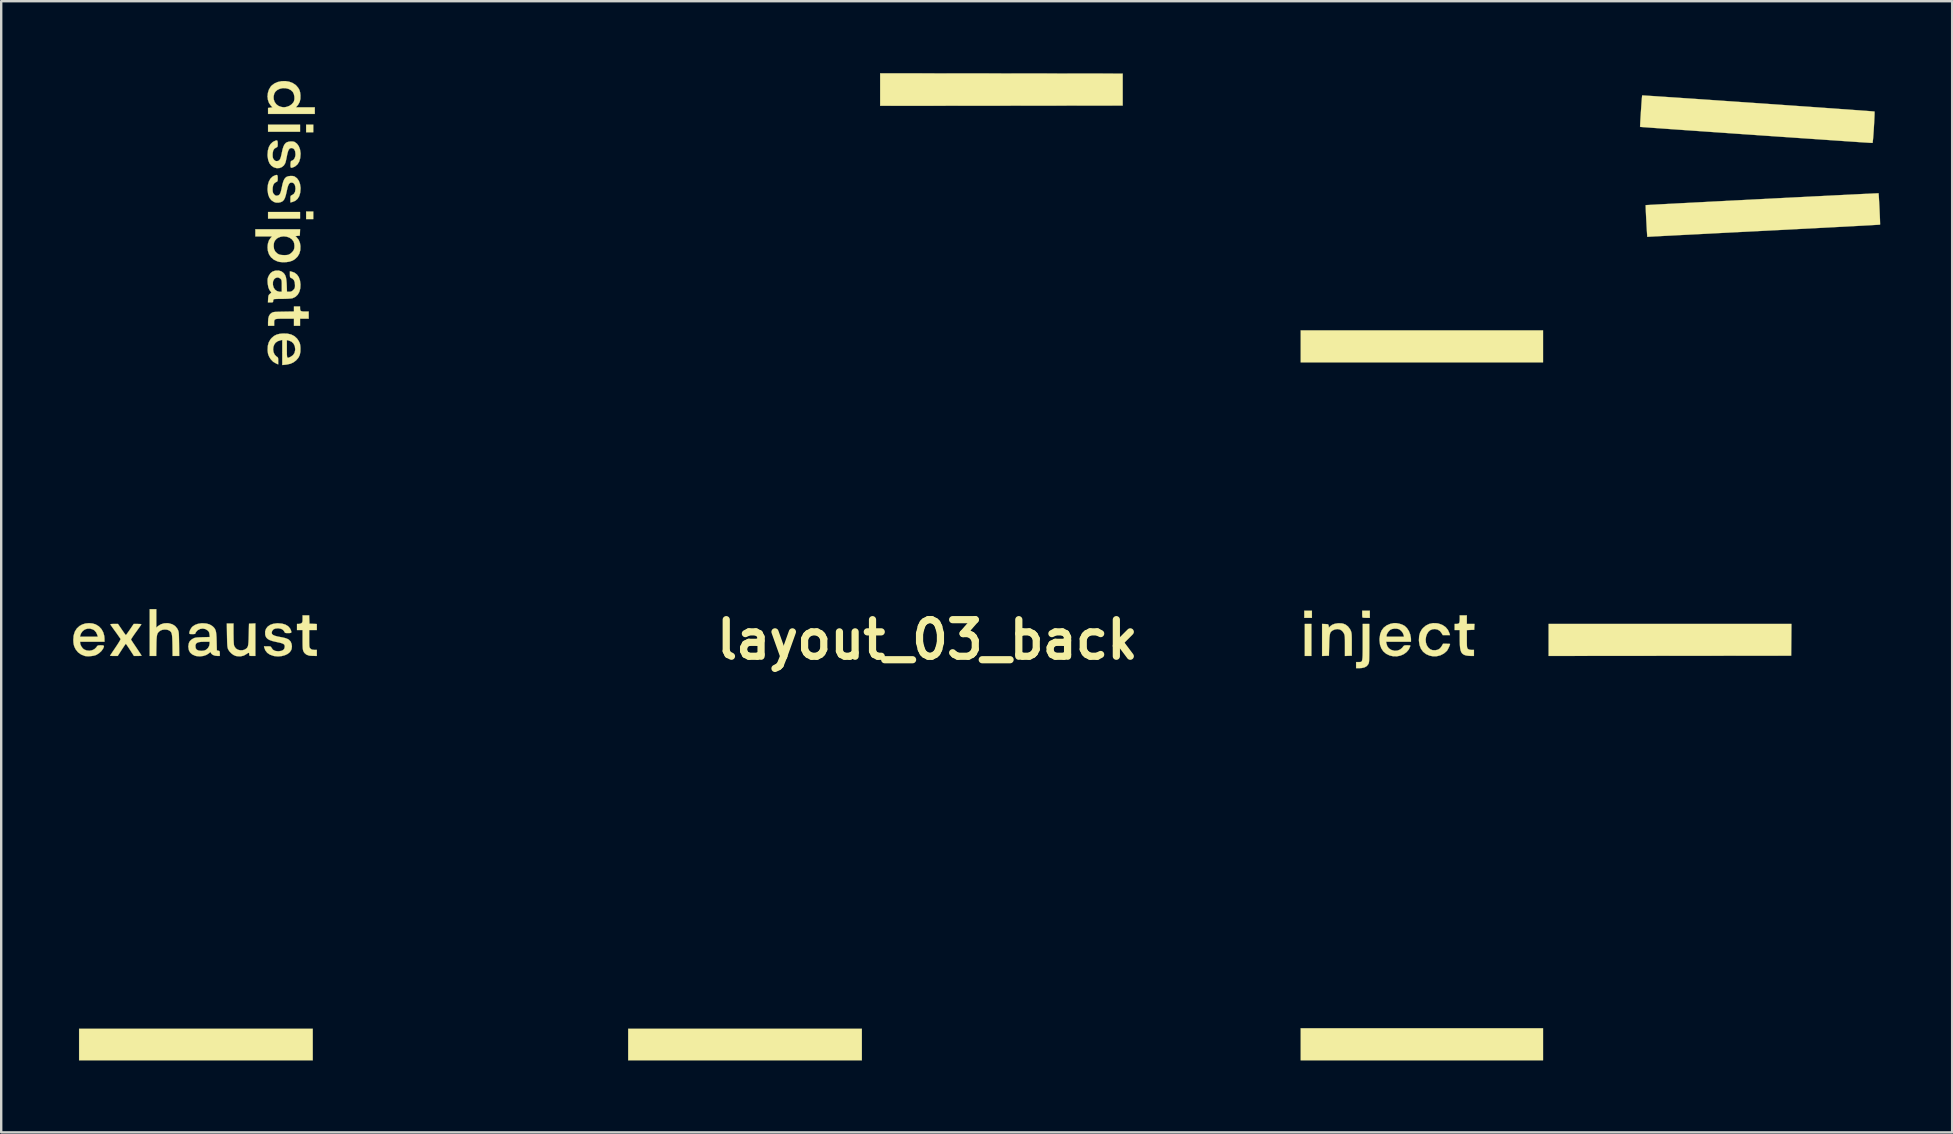
<source format=kicad_pcb>
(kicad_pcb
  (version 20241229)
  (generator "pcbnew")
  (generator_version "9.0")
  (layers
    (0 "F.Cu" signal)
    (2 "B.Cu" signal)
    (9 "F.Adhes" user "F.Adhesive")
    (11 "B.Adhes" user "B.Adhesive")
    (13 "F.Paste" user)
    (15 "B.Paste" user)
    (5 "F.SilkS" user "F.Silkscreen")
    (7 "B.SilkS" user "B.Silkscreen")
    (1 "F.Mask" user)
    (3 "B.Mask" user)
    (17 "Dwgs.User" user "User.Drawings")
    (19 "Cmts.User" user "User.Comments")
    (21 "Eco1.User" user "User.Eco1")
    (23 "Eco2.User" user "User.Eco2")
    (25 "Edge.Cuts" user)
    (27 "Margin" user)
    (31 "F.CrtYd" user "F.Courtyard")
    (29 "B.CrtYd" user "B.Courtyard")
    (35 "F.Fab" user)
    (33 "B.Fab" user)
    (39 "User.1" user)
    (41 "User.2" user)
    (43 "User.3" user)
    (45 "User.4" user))
  (footprint "layout_03_back"
    (layer "F.Cu")
    (at 35.594 23.606)
    (property "Reference" "layout_03_back" (at 0 0 0) (layer "F.SilkS") (effects (font (size 1.524 1.524) (thickness 0.3))))
    (attr through_hole)
    (fp_poly (pts (xy -26.141 -21.167) (xy -27.474 -21.167) (xy -27.474 -21.463) (xy -26.141 -21.463) (xy -26.141 -21.167)) (stroke (width 0.01) (type solid)) (fill yes) (layer "F.SilkS"))
    (fp_poly (pts (xy -26.141 -17.547) (xy -27.474 -17.547) (xy -27.474 -17.822) (xy -26.141 -17.822) (xy -26.141 -17.547)) (stroke (width 0.01) (type solid)) (fill yes) (layer "F.SilkS"))
    (fp_poly (pts (xy -25.612 17.526) (xy -35.348 17.526) (xy -35.348 16.214) (xy -25.612 16.214) (xy -25.612 17.526)) (stroke (width 0.01) (type solid)) (fill yes) (layer "F.SilkS"))
    (fp_poly (pts (xy -25.59 -21.145) (xy -25.887 -21.145) (xy -25.887 -21.463) (xy -25.59 -21.463) (xy -25.59 -21.145)) (stroke (width 0.01) (type solid)) (fill yes) (layer "F.SilkS"))
    (fp_poly (pts (xy -25.59 -17.526) (xy -25.887 -17.526) (xy -25.887 -17.843) (xy -25.59 -17.843) (xy -25.59 -17.526)) (stroke (width 0.01) (type solid)) (fill yes) (layer "F.SilkS"))
    (fp_poly (pts (xy -2.731 17.526) (xy -12.467 17.526) (xy -12.467 16.214) (xy -2.731 16.214) (xy -2.731 17.526)) (stroke (width 0.01) (type solid)) (fill yes) (layer "F.SilkS"))
    (fp_poly (pts (xy 16.002 0.677) (xy 15.727 0.677) (xy 15.727 -0.656) (xy 16.002 -0.656) (xy 16.002 0.677)) (stroke (width 0.01) (type solid)) (fill yes) (layer "F.SilkS"))
    (fp_poly (pts (xy 16.023 -0.91) (xy 15.706 -0.91) (xy 15.706 -1.206) (xy 16.023 -1.206) (xy 16.023 -0.91)) (stroke (width 0.01) (type solid)) (fill yes) (layer "F.SilkS"))
    (fp_poly (pts (xy 25.654 -11.557) (xy 15.557 -11.557) (xy 15.557 -12.89) (xy 25.654 -12.89) (xy 25.654 -11.557)) (stroke (width 0.01) (type solid)) (fill yes) (layer "F.SilkS"))
    (fp_poly (pts (xy 25.654 17.526) (xy 15.557 17.526) (xy 15.557 16.192) (xy 25.654 16.192) (xy 25.654 17.526)) (stroke (width 0.01) (type solid)) (fill yes) (layer "F.SilkS"))
    (fp_poly (pts (xy 3.085 -23.596) (xy 8.139 -23.59) (xy 8.139 -22.257) (xy 3.085 -22.251) (xy -1.968 -22.246) (xy -1.968 -23.601) (xy 3.085 -23.596)) (stroke (width 0.01) (type solid)) (fill yes) (layer "F.SilkS"))
    (fp_poly (pts (xy 36 0.005) (xy 35.994 0.667) (xy 30.94 0.672) (xy 25.887 0.677) (xy 25.887 -0.656) (xy 36.005 -0.656) (xy 36 0.005)) (stroke (width 0.01) (type solid)) (fill yes) (layer "F.SilkS"))
    (fp_poly (pts (xy 18.436 -0.91) (xy 18.292 -0.91) (xy 18.217 -0.912) (xy 18.16 -0.917) (xy 18.133 -0.924) (xy 18.133 -0.924) (xy 18.125 -0.951) (xy 18.12 -1.008) (xy 18.119 -1.072) (xy 18.119 -1.206) (xy 18.436 -1.206) (xy 18.436 -0.91)) (stroke (width 0.01) (type solid)) (fill yes) (layer "F.SilkS"))
    (fp_poly (pts (xy 18.415 0.143) (xy 18.415 0.35) (xy 18.414 0.518) (xy 18.413 0.653) (xy 18.411 0.759) (xy 18.409 0.84) (xy 18.405 0.9) (xy 18.399 0.944) (xy 18.392 0.976) (xy 18.384 1) (xy 18.376 1.016) (xy 18.311 1.099) (xy 18.218 1.154) (xy 18.096 1.181) (xy 18.018 1.185) (xy 17.865 1.185) (xy 17.865 0.931) (xy 17.967 0.931) (xy 18.011 0.931) (xy 18.046 0.929) (xy 18.074 0.921) (xy 18.096 0.902) (xy 18.113 0.869) (xy 18.124 0.819) (xy 18.132 0.746) (xy 18.137 0.648) (xy 18.139 0.521) (xy 18.14 0.359) (xy 18.14 0.161) (xy 18.14 0.099) (xy 18.14 -0.656) (xy 18.415 -0.656) (xy 18.415 0.143)) (stroke (width 0.01) (type solid)) (fill yes) (layer "F.SilkS"))
    (fp_poly (pts (xy -26.141 -13.805) (xy -26.136 -13.744) (xy -26.116 -13.705) (xy -26.073 -13.684) (xy -26 -13.675) (xy -25.936 -13.674) (xy -25.781 -13.674) (xy -25.781 -13.377) (xy -26.141 -13.377) (xy -26.141 -13.081) (xy -26.395 -13.081) (xy -26.395 -13.377) (xy -26.774 -13.377) (xy -26.922 -13.377) (xy -27.033 -13.374) (xy -27.113 -13.367) (xy -27.166 -13.354) (xy -27.198 -13.331) (xy -27.214 -13.298) (xy -27.22 -13.251) (xy -27.22 -13.196) (xy -27.22 -13.081) (xy -27.474 -13.081) (xy -27.474 -13.239) (xy -27.465 -13.381) (xy -27.436 -13.489) (xy -27.386 -13.568) (xy -27.329 -13.615) (xy -27.301 -13.631) (xy -27.27 -13.644) (xy -27.232 -13.653) (xy -27.178 -13.659) (xy -27.104 -13.663) (xy -27.001 -13.667) (xy -26.865 -13.669) (xy -26.823 -13.67) (xy -26.395 -13.677) (xy -26.395 -13.885) (xy -26.141 -13.885) (xy -26.141 -13.805)) (stroke (width 0.01) (type solid)) (fill yes) (layer "F.SilkS"))
    (fp_poly (pts (xy 22.479 -0.656) (xy 22.799 -0.656) (xy 22.792 -0.534) (xy 22.786 -0.413) (xy 22.632 -0.407) (xy 22.479 -0.4) (xy 22.479 -0.031) (xy 22.479 0.104) (xy 22.481 0.202) (xy 22.484 0.272) (xy 22.49 0.318) (xy 22.499 0.349) (xy 22.511 0.37) (xy 22.521 0.381) (xy 22.567 0.41) (xy 22.636 0.422) (xy 22.669 0.423) (xy 22.775 0.423) (xy 22.775 0.677) (xy 22.632 0.676) (xy 22.543 0.671) (xy 22.457 0.659) (xy 22.405 0.646) (xy 22.339 0.616) (xy 22.287 0.576) (xy 22.247 0.52) (xy 22.219 0.444) (xy 22.199 0.343) (xy 22.188 0.212) (xy 22.183 0.046) (xy 22.183 -0.054) (xy 22.183 -0.402) (xy 21.971 -0.402) (xy 21.971 -0.656) (xy 22.036 -0.656) (xy 22.104 -0.661) (xy 22.148 -0.681) (xy 22.172 -0.724) (xy 22.181 -0.796) (xy 22.183 -0.858) (xy 22.183 -1.016) (xy 22.479 -1.016) (xy 22.479 -0.656)) (stroke (width 0.01) (type solid)) (fill yes) (layer "F.SilkS"))
    (fp_poly (pts (xy -25.749 -0.667) (xy -25.596 -0.661) (xy -25.442 -0.654) (xy -25.442 -0.402) (xy -25.76 -0.402) (xy -25.76 -0.041) (xy -25.76 0.09) (xy -25.758 0.186) (xy -25.756 0.253) (xy -25.75 0.299) (xy -25.741 0.329) (xy -25.727 0.351) (xy -25.708 0.371) (xy -25.708 0.371) (xy -25.664 0.405) (xy -25.609 0.42) (xy -25.549 0.423) (xy -25.442 0.423) (xy -25.442 0.677) (xy -25.585 0.675) (xy -25.665 0.672) (xy -25.733 0.667) (xy -25.77 0.662) (xy -25.88 0.62) (xy -25.958 0.554) (xy -25.992 0.499) (xy -26.007 0.464) (xy -26.018 0.426) (xy -26.026 0.379) (xy -26.031 0.315) (xy -26.034 0.227) (xy -26.035 0.108) (xy -26.035 0.004) (xy -26.035 -0.402) (xy -26.268 -0.402) (xy -26.268 -0.656) (xy -26.198 -0.656) (xy -26.134 -0.666) (xy -26.082 -0.689) (xy -26.057 -0.712) (xy -26.042 -0.745) (xy -26.036 -0.798) (xy -26.035 -0.869) (xy -26.035 -1.016) (xy -25.762 -1.016) (xy -25.749 -0.667)) (stroke (width 0.01) (type solid)) (fill yes) (layer "F.SilkS"))
    (fp_poly (pts (xy -32.131 -0.504) (xy -32.057 -0.569) (xy -31.943 -0.641) (xy -31.809 -0.682) (xy -31.662 -0.689) (xy -31.603 -0.682) (xy -31.461 -0.641) (xy -31.349 -0.572) (xy -31.264 -0.472) (xy -31.243 -0.434) (xy -31.226 -0.4) (xy -31.213 -0.367) (xy -31.203 -0.33) (xy -31.196 -0.283) (xy -31.191 -0.219) (xy -31.188 -0.132) (xy -31.185 -0.017) (xy -31.183 0.133) (xy -31.182 0.174) (xy -31.176 0.677) (xy -31.451 0.677) (xy -31.457 0.228) (xy -31.461 0.061) (xy -31.466 -0.068) (xy -31.474 -0.166) (xy -31.486 -0.239) (xy -31.504 -0.293) (xy -31.529 -0.332) (xy -31.562 -0.362) (xy -31.603 -0.389) (xy -31.685 -0.417) (xy -31.784 -0.424) (xy -31.883 -0.41) (xy -31.963 -0.376) (xy -32.012 -0.34) (xy -32.05 -0.302) (xy -32.078 -0.258) (xy -32.098 -0.2) (xy -32.111 -0.123) (xy -32.12 -0.02) (xy -32.125 0.114) (xy -32.127 0.249) (xy -32.134 0.677) (xy -32.406 0.677) (xy -32.406 -1.27) (xy -32.131 -1.27) (xy -32.131 -0.504)) (stroke (width 0.01) (type solid)) (fill yes) (layer "F.SilkS"))
    (fp_poly (pts (xy -28.003 0.677) (xy -28.131 0.677) (xy -28.201 0.676) (xy -28.239 0.671) (xy -28.254 0.655) (xy -28.257 0.625) (xy -28.258 0.617) (xy -28.262 0.564) (xy -28.281 0.546) (xy -28.318 0.56) (xy -28.361 0.591) (xy -28.485 0.663) (xy -28.621 0.695) (xy -28.771 0.687) (xy -28.833 0.673) (xy -28.917 0.635) (xy -29.004 0.57) (xy -29.081 0.489) (xy -29.135 0.405) (xy -29.138 0.397) (xy -29.151 0.362) (xy -29.161 0.319) (xy -29.169 0.264) (xy -29.174 0.189) (xy -29.179 0.088) (xy -29.182 -0.043) (xy -29.185 -0.185) (xy -29.192 -0.677) (xy -28.914 -0.677) (xy -28.914 -0.259) (xy -28.912 -0.125) (xy -28.91 -0.001) (xy -28.905 0.105) (xy -28.899 0.186) (xy -28.893 0.233) (xy -28.893 0.234) (xy -28.863 0.299) (xy -28.816 0.362) (xy -28.808 0.37) (xy -28.731 0.418) (xy -28.633 0.442) (xy -28.532 0.439) (xy -28.443 0.41) (xy -28.433 0.404) (xy -28.389 0.375) (xy -28.355 0.345) (xy -28.329 0.308) (xy -28.311 0.26) (xy -28.298 0.193) (xy -28.29 0.103) (xy -28.284 -0.016) (xy -28.28 -0.171) (xy -28.279 -0.211) (xy -28.268 -0.667) (xy -28.003 -0.679) (xy -28.003 0.677)) (stroke (width 0.01) (type solid)) (fill yes) (layer "F.SilkS"))
    (fp_poly (pts (xy 17.25 -0.682) (xy 17.317 -0.671) (xy 17.428 -0.628) (xy 17.528 -0.55) (xy 17.608 -0.444) (xy 17.628 -0.406) (xy 17.647 -0.366) (xy 17.66 -0.33) (xy 17.67 -0.291) (xy 17.677 -0.243) (xy 17.681 -0.18) (xy 17.684 -0.094) (xy 17.685 0.02) (xy 17.685 0.169) (xy 17.685 0.191) (xy 17.685 0.667) (xy 17.542 0.673) (xy 17.399 0.679) (xy 17.399 0.249) (xy 17.399 0.102) (xy 17.398 -0.009) (xy 17.395 -0.091) (xy 17.39 -0.151) (xy 17.382 -0.196) (xy 17.371 -0.231) (xy 17.356 -0.265) (xy 17.351 -0.274) (xy 17.284 -0.366) (xy 17.195 -0.422) (xy 17.091 -0.443) (xy 16.978 -0.425) (xy 16.924 -0.403) (xy 16.872 -0.375) (xy 16.832 -0.345) (xy 16.802 -0.307) (xy 16.78 -0.255) (xy 16.765 -0.183) (xy 16.755 -0.087) (xy 16.748 0.04) (xy 16.743 0.203) (xy 16.743 0.222) (xy 16.732 0.667) (xy 16.589 0.673) (xy 16.447 0.679) (xy 16.447 -0.658) (xy 16.579 -0.652) (xy 16.651 -0.648) (xy 16.691 -0.64) (xy 16.711 -0.622) (xy 16.719 -0.59) (xy 16.722 -0.575) (xy 16.732 -0.504) (xy 16.783 -0.558) (xy 16.867 -0.621) (xy 16.98 -0.664) (xy 17.111 -0.685) (xy 17.25 -0.682)) (stroke (width 0.01) (type solid)) (fill yes) (layer "F.SilkS"))
    (fp_poly (pts (xy -26.602 -23.254) (xy -26.459 -23.203) (xy -26.335 -23.124) (xy -26.296 -23.088) (xy -26.217 -22.995) (xy -26.166 -22.905) (xy -26.137 -22.803) (xy -26.124 -22.685) (xy -26.127 -22.533) (xy -26.157 -22.407) (xy -26.218 -22.297) (xy -26.251 -22.255) (xy -26.315 -22.183) (xy -25.527 -22.183) (xy -25.527 -21.907) (xy -27.474 -21.907) (xy -27.474 -22.157) (xy -27.291 -22.184) (xy -27.36 -22.257) (xy -27.435 -22.366) (xy -27.48 -22.496) (xy -27.496 -22.637) (xy -27.496 -22.638) (xy -27.244 -22.638) (xy -27.238 -22.517) (xy -27.198 -22.405) (xy -27.129 -22.311) (xy -27.033 -22.24) (xy -26.926 -22.202) (xy -26.859 -22.19) (xy -26.812 -22.186) (xy -26.764 -22.191) (xy -26.695 -22.205) (xy -26.69 -22.206) (xy -26.585 -22.245) (xy -26.49 -22.311) (xy -26.418 -22.393) (xy -26.395 -22.437) (xy -26.375 -22.526) (xy -26.377 -22.631) (xy -26.399 -22.734) (xy -26.438 -22.817) (xy -26.442 -22.823) (xy -26.527 -22.903) (xy -26.631 -22.955) (xy -26.747 -22.981) (xy -26.868 -22.982) (xy -26.983 -22.957) (xy -27.086 -22.908) (xy -27.168 -22.835) (xy -27.213 -22.761) (xy -27.244 -22.638) (xy -27.496 -22.638) (xy -27.482 -22.78) (xy -27.44 -22.918) (xy -27.369 -23.04) (xy -27.325 -23.091) (xy -27.208 -23.179) (xy -27.069 -23.24) (xy -26.916 -23.272) (xy -26.758 -23.277) (xy -26.602 -23.254)) (stroke (width 0.01) (type solid)) (fill yes) (layer "F.SilkS"))
    (fp_poly (pts (xy -26.145 -16.97) (xy -26.151 -16.838) (xy -26.243 -16.828) (xy -26.335 -16.817) (xy -26.278 -16.764) (xy -26.197 -16.659) (xy -26.144 -16.527) (xy -26.125 -16.403) (xy -26.13 -16.233) (xy -26.172 -16.083) (xy -26.25 -15.956) (xy -26.361 -15.852) (xy -26.453 -15.797) (xy -26.571 -15.756) (xy -26.712 -15.733) (xy -26.86 -15.728) (xy -27 -15.742) (xy -27.086 -15.765) (xy -27.236 -15.837) (xy -27.352 -15.936) (xy -27.435 -16.06) (xy -27.483 -16.208) (xy -27.495 -16.35) (xy -27.49 -16.411) (xy -27.241 -16.411) (xy -27.225 -16.281) (xy -27.175 -16.177) (xy -27.09 -16.095) (xy -27.019 -16.055) (xy -26.956 -16.037) (xy -26.867 -16.027) (xy -26.769 -16.025) (xy -26.678 -16.031) (xy -26.613 -16.046) (xy -26.537 -16.09) (xy -26.462 -16.158) (xy -26.406 -16.235) (xy -26.404 -16.239) (xy -26.38 -16.316) (xy -26.374 -16.413) (xy -26.385 -16.512) (xy -26.412 -16.594) (xy -26.413 -16.595) (xy -26.484 -16.686) (xy -26.581 -16.752) (xy -26.696 -16.793) (xy -26.82 -16.807) (xy -26.943 -16.792) (xy -27.057 -16.748) (xy -27.116 -16.707) (xy -27.187 -16.63) (xy -27.227 -16.54) (xy -27.241 -16.427) (xy -27.241 -16.411) (xy -27.49 -16.411) (xy -27.48 -16.505) (xy -27.436 -16.639) (xy -27.369 -16.739) (xy -27.307 -16.806) (xy -28.003 -16.806) (xy -28.003 -17.103) (xy -26.139 -17.103) (xy -26.145 -16.97)) (stroke (width 0.01) (type solid)) (fill yes) (layer "F.SilkS"))
    (fp_poly (pts (xy 21.232 -0.685) (xy 21.31 -0.67) (xy 21.468 -0.611) (xy 21.596 -0.523) (xy 21.692 -0.407) (xy 21.757 -0.263) (xy 21.76 -0.251) (xy 21.778 -0.191) (xy 21.626 -0.191) (xy 21.474 -0.191) (xy 21.431 -0.268) (xy 21.358 -0.362) (xy 21.263 -0.421) (xy 21.149 -0.444) (xy 21.051 -0.435) (xy 20.956 -0.398) (xy 20.877 -0.328) (xy 20.818 -0.234) (xy 20.78 -0.124) (xy 20.764 -0.006) (xy 20.773 0.114) (xy 20.808 0.227) (xy 20.871 0.326) (xy 20.871 0.326) (xy 20.955 0.399) (xy 21.049 0.436) (xy 21.163 0.44) (xy 21.168 0.44) (xy 21.277 0.415) (xy 21.361 0.361) (xy 21.43 0.271) (xy 21.438 0.257) (xy 21.487 0.169) (xy 21.634 0.169) (xy 21.707 0.171) (xy 21.759 0.174) (xy 21.78 0.179) (xy 21.78 0.179) (xy 21.771 0.218) (xy 21.747 0.28) (xy 21.715 0.35) (xy 21.681 0.415) (xy 21.652 0.461) (xy 21.648 0.466) (xy 21.523 0.576) (xy 21.378 0.651) (xy 21.219 0.69) (xy 21.053 0.69) (xy 20.923 0.663) (xy 20.776 0.598) (xy 20.656 0.503) (xy 20.567 0.379) (xy 20.509 0.228) (xy 20.483 0.052) (xy 20.482 0.011) (xy 20.492 -0.154) (xy 20.528 -0.292) (xy 20.593 -0.413) (xy 20.649 -0.483) (xy 20.77 -0.587) (xy 20.911 -0.657) (xy 21.068 -0.69) (xy 21.232 -0.685)) (stroke (width 0.01) (type solid)) (fill yes) (layer "F.SilkS"))
    (fp_poly (pts (xy -34.786 -0.676) (xy -34.655 -0.636) (xy -34.524 -0.556) (xy -34.419 -0.446) (xy -34.343 -0.311) (xy -34.299 -0.156) (xy -34.29 -0.04) (xy -34.29 0.085) (xy -35.306 0.085) (xy -35.306 0.131) (xy -35.291 0.203) (xy -35.252 0.284) (xy -35.198 0.357) (xy -35.147 0.402) (xy -35.04 0.447) (xy -34.924 0.46) (xy -34.811 0.442) (xy -34.711 0.395) (xy -34.633 0.321) (xy -34.625 0.309) (xy -34.596 0.268) (xy -34.567 0.245) (xy -34.526 0.235) (xy -34.459 0.233) (xy -34.443 0.233) (xy -34.363 0.236) (xy -34.321 0.25) (xy -34.312 0.282) (xy -34.332 0.338) (xy -34.352 0.379) (xy -34.42 0.475) (xy -34.517 0.563) (xy -34.629 0.633) (xy -34.645 0.64) (xy -34.727 0.665) (xy -34.831 0.682) (xy -34.942 0.691) (xy -35.043 0.689) (xy -35.105 0.68) (xy -35.263 0.618) (xy -35.392 0.525) (xy -35.49 0.404) (xy -35.542 0.3) (xy -35.57 0.212) (xy -35.584 0.117) (xy -35.589 0) (xy -35.578 -0.127) (xy -35.311 -0.127) (xy -34.568 -0.127) (xy -34.586 -0.19) (xy -34.638 -0.307) (xy -34.716 -0.392) (xy -34.767 -0.424) (xy -34.886 -0.461) (xy -35.003 -0.46) (xy -35.11 -0.424) (xy -35.201 -0.357) (xy -35.268 -0.262) (xy -35.296 -0.185) (xy -35.311 -0.127) (xy -35.578 -0.127) (xy -35.573 -0.183) (xy -35.525 -0.338) (xy -35.444 -0.467) (xy -35.33 -0.571) (xy -35.221 -0.632) (xy -35.087 -0.675) (xy -34.937 -0.689) (xy -34.786 -0.676)) (stroke (width 0.01) (type solid)) (fill yes) (layer "F.SilkS"))
    (fp_poly (pts (xy 19.66 -0.669) (xy 19.78 -0.631) (xy 19.88 -0.579) (xy 19.886 -0.576) (xy 19.985 -0.482) (xy 20.065 -0.359) (xy 20.121 -0.216) (xy 20.149 -0.061) (xy 20.151 -0.006) (xy 20.151 0.085) (xy 19.115 0.085) (xy 19.128 0.153) (xy 19.164 0.27) (xy 19.228 0.357) (xy 19.324 0.421) (xy 19.352 0.433) (xy 19.469 0.462) (xy 19.586 0.454) (xy 19.695 0.412) (xy 19.784 0.34) (xy 19.809 0.307) (xy 19.839 0.267) (xy 19.868 0.245) (xy 19.908 0.235) (xy 19.975 0.233) (xy 19.996 0.233) (xy 20.069 0.234) (xy 20.109 0.238) (xy 20.123 0.25) (xy 20.12 0.273) (xy 20.118 0.28) (xy 20.059 0.41) (xy 19.967 0.518) (xy 19.85 0.604) (xy 19.714 0.663) (xy 19.565 0.693) (xy 19.41 0.691) (xy 19.265 0.658) (xy 19.117 0.587) (xy 19 0.487) (xy 18.915 0.36) (xy 18.861 0.207) (xy 18.841 0.029) (xy 18.842 -0.053) (xy 18.861 -0.177) (xy 19.135 -0.177) (xy 19.135 -0.127) (xy 19.86 -0.127) (xy 19.846 -0.194) (xy 19.81 -0.283) (xy 19.747 -0.366) (xy 19.668 -0.428) (xy 19.646 -0.438) (xy 19.559 -0.459) (xy 19.458 -0.461) (xy 19.362 -0.444) (xy 19.288 -0.41) (xy 19.287 -0.409) (xy 19.225 -0.35) (xy 19.173 -0.28) (xy 19.141 -0.212) (xy 19.135 -0.177) (xy 18.861 -0.177) (xy 18.869 -0.231) (xy 18.926 -0.381) (xy 19.016 -0.502) (xy 19.137 -0.595) (xy 19.288 -0.66) (xy 19.432 -0.69) (xy 19.538 -0.69) (xy 19.66 -0.669)) (stroke (width 0.01) (type solid)) (fill yes) (layer "F.SilkS"))
    (fp_poly (pts (xy -26.67 -12.754) (xy -26.509 -12.717) (xy -26.375 -12.648) (xy -26.265 -12.547) (xy -26.197 -12.447) (xy -26.163 -12.38) (xy -26.142 -12.318) (xy -26.13 -12.244) (xy -26.124 -12.151) (xy -26.127 -11.991) (xy -26.155 -11.859) (xy -26.211 -11.747) (xy -26.298 -11.647) (xy -26.311 -11.634) (xy -26.419 -11.554) (xy -26.538 -11.5) (xy -26.682 -11.467) (xy -26.747 -11.459) (xy -26.882 -11.445) (xy -26.882 -12.116) (xy -26.691 -12.116) (xy -26.691 -11.976) (xy -26.689 -11.873) (xy -26.683 -11.804) (xy -26.671 -11.764) (xy -26.65 -11.748) (xy -26.619 -11.751) (xy -26.574 -11.77) (xy -26.529 -11.791) (xy -26.433 -11.859) (xy -26.372 -11.951) (xy -26.344 -12.068) (xy -26.343 -12.107) (xy -26.36 -12.234) (xy -26.412 -12.338) (xy -26.493 -12.416) (xy -26.603 -12.464) (xy -26.613 -12.466) (xy -26.691 -12.484) (xy -26.691 -12.116) (xy -26.882 -12.116) (xy -26.882 -12.492) (xy -26.95 -12.477) (xy -27.07 -12.438) (xy -27.158 -12.377) (xy -27.21 -12.309) (xy -27.251 -12.205) (xy -27.262 -12.093) (xy -27.246 -11.983) (xy -27.203 -11.886) (xy -27.137 -11.812) (xy -27.115 -11.797) (xy -27.081 -11.775) (xy -27.062 -11.749) (xy -27.053 -11.709) (xy -27.051 -11.641) (xy -27.051 -11.616) (xy -27.051 -11.472) (xy -27.13 -11.505) (xy -27.261 -11.58) (xy -27.365 -11.689) (xy -27.421 -11.78) (xy -27.457 -11.858) (xy -27.478 -11.932) (xy -27.489 -12.02) (xy -27.492 -12.074) (xy -27.484 -12.246) (xy -27.444 -12.393) (xy -27.37 -12.52) (xy -27.323 -12.573) (xy -27.226 -12.657) (xy -27.117 -12.713) (xy -26.988 -12.746) (xy -26.858 -12.759) (xy -26.67 -12.754)) (stroke (width 0.01) (type solid)) (fill yes) (layer "F.SilkS"))
    (fp_poly (pts (xy -26.89 -0.669) (xy -26.748 -0.628) (xy -26.637 -0.561) (xy -26.559 -0.47) (xy -26.541 -0.436) (xy -26.509 -0.358) (xy -26.501 -0.311) (xy -26.523 -0.286) (xy -26.577 -0.276) (xy -26.636 -0.275) (xy -26.709 -0.276) (xy -26.753 -0.283) (xy -26.777 -0.299) (xy -26.794 -0.331) (xy -26.797 -0.34) (xy -26.848 -0.408) (xy -26.931 -0.454) (xy -27.041 -0.474) (xy -27.064 -0.475) (xy -27.176 -0.463) (xy -27.256 -0.425) (xy -27.305 -0.36) (xy -27.306 -0.359) (xy -27.322 -0.294) (xy -27.311 -0.241) (xy -27.268 -0.199) (xy -27.192 -0.164) (xy -27.077 -0.133) (xy -26.994 -0.117) (xy -26.859 -0.092) (xy -26.758 -0.067) (xy -26.682 -0.04) (xy -26.621 -0.009) (xy -26.604 0.003) (xy -26.538 0.073) (xy -26.496 0.167) (xy -26.48 0.276) (xy -26.493 0.385) (xy -26.509 0.431) (xy -26.568 0.52) (xy -26.659 0.594) (xy -26.777 0.649) (xy -26.912 0.684) (xy -27.057 0.697) (xy -27.206 0.684) (xy -27.247 0.675) (xy -27.394 0.624) (xy -27.508 0.547) (xy -27.588 0.444) (xy -27.631 0.333) (xy -27.644 0.275) (xy -27.501 0.276) (xy -27.425 0.277) (xy -27.379 0.283) (xy -27.353 0.298) (xy -27.334 0.327) (xy -27.326 0.344) (xy -27.269 0.419) (xy -27.182 0.466) (xy -27.068 0.482) (xy -27.024 0.481) (xy -26.913 0.464) (xy -26.838 0.426) (xy -26.794 0.366) (xy -26.78 0.301) (xy -26.781 0.25) (xy -26.797 0.21) (xy -26.832 0.178) (xy -26.892 0.151) (xy -26.983 0.125) (xy -27.111 0.098) (xy -27.125 0.095) (xy -27.281 0.059) (xy -27.399 0.019) (xy -27.485 -0.028) (xy -27.544 -0.085) (xy -27.58 -0.156) (xy -27.594 -0.216) (xy -27.596 -0.342) (xy -27.56 -0.452) (xy -27.491 -0.544) (xy -27.39 -0.615) (xy -27.261 -0.662) (xy -27.107 -0.683) (xy -27.062 -0.684) (xy -26.89 -0.669)) (stroke (width 0.01) (type solid)) (fill yes) (layer "F.SilkS"))
    (fp_poly (pts (xy -33.569 -0.424) (xy -33.51 -0.338) (xy -33.459 -0.266) (xy -33.421 -0.215) (xy -33.401 -0.192) (xy -33.4 -0.191) (xy -33.384 -0.207) (xy -33.35 -0.252) (xy -33.302 -0.32) (xy -33.244 -0.403) (xy -33.23 -0.423) (xy -33.073 -0.656) (xy -32.908 -0.656) (xy -32.822 -0.654) (xy -32.774 -0.649) (xy -32.756 -0.639) (xy -32.758 -0.63) (xy -32.775 -0.604) (xy -32.812 -0.551) (xy -32.865 -0.476) (xy -32.93 -0.385) (xy -32.983 -0.312) (xy -33.052 -0.215) (xy -33.11 -0.13) (xy -33.154 -0.063) (xy -33.18 -0.019) (xy -33.186 -0.005) (xy -33.172 0.017) (xy -33.139 0.068) (xy -33.09 0.142) (xy -33.028 0.234) (xy -32.962 0.333) (xy -32.893 0.436) (xy -32.833 0.526) (xy -32.786 0.599) (xy -32.755 0.647) (xy -32.745 0.666) (xy -32.764 0.672) (xy -32.816 0.675) (xy -32.889 0.677) (xy -32.904 0.677) (xy -33.063 0.677) (xy -33.227 0.423) (xy -33.286 0.333) (xy -33.337 0.257) (xy -33.376 0.201) (xy -33.398 0.173) (xy -33.401 0.17) (xy -33.416 0.187) (xy -33.449 0.234) (xy -33.496 0.303) (xy -33.552 0.389) (xy -33.575 0.424) (xy -33.738 0.677) (xy -33.898 0.677) (xy -33.974 0.676) (xy -34.03 0.673) (xy -34.056 0.668) (xy -34.057 0.667) (xy -34.046 0.647) (xy -34.014 0.598) (xy -33.966 0.525) (xy -33.905 0.434) (xy -33.835 0.331) (xy -33.833 0.328) (xy -33.763 0.223) (xy -33.703 0.129) (xy -33.657 0.052) (xy -33.627 -0.002) (xy -33.619 -0.027) (xy -33.619 -0.027) (xy -33.634 -0.052) (xy -33.67 -0.105) (xy -33.722 -0.18) (xy -33.785 -0.269) (xy -33.828 -0.328) (xy -33.897 -0.423) (xy -33.958 -0.508) (xy -34.005 -0.575) (xy -34.036 -0.618) (xy -34.044 -0.63) (xy -34.042 -0.643) (xy -34.013 -0.652) (xy -33.951 -0.656) (xy -33.893 -0.656) (xy -33.727 -0.656) (xy -33.569 -0.424)) (stroke (width 0.01) (type solid)) (fill yes) (layer "F.SilkS"))
    (fp_poly (pts (xy -27.083 -19.345) (xy -27.073 -19.29) (xy -27.072 -19.232) (xy -27.073 -19.159) (xy -27.08 -19.116) (xy -27.096 -19.091) (xy -27.128 -19.074) (xy -27.138 -19.07) (xy -27.211 -19.022) (xy -27.258 -18.946) (xy -27.281 -18.839) (xy -27.284 -18.771) (xy -27.281 -18.689) (xy -27.271 -18.635) (xy -27.25 -18.592) (xy -27.228 -18.564) (xy -27.183 -18.519) (xy -27.138 -18.503) (xy -27.098 -18.504) (xy -27.044 -18.516) (xy -27.002 -18.546) (xy -26.968 -18.598) (xy -26.939 -18.68) (xy -26.911 -18.797) (xy -26.901 -18.848) (xy -26.869 -18.997) (xy -26.834 -19.111) (xy -26.795 -19.194) (xy -26.747 -19.252) (xy -26.706 -19.284) (xy -26.635 -19.311) (xy -26.543 -19.324) (xy -26.451 -19.323) (xy -26.375 -19.305) (xy -26.367 -19.301) (xy -26.267 -19.227) (xy -26.191 -19.121) (xy -26.142 -18.988) (xy -26.12 -18.833) (xy -26.12 -18.799) (xy -26.134 -18.626) (xy -26.176 -18.482) (xy -26.246 -18.369) (xy -26.342 -18.287) (xy -26.464 -18.238) (xy -26.474 -18.236) (xy -26.543 -18.221) (xy -26.543 -18.36) (xy -26.542 -18.435) (xy -26.536 -18.479) (xy -26.52 -18.504) (xy -26.489 -18.522) (xy -26.47 -18.529) (xy -26.396 -18.582) (xy -26.349 -18.666) (xy -26.332 -18.781) (xy -26.331 -18.796) (xy -26.342 -18.9) (xy -26.373 -18.98) (xy -26.421 -19.03) (xy -26.446 -19.041) (xy -26.508 -19.049) (xy -26.557 -19.036) (xy -26.597 -18.998) (xy -26.632 -18.931) (xy -26.664 -18.831) (xy -26.695 -18.693) (xy -26.699 -18.673) (xy -26.734 -18.522) (xy -26.771 -18.407) (xy -26.815 -18.324) (xy -26.871 -18.268) (xy -26.941 -18.233) (xy -27.029 -18.214) (xy -27.046 -18.212) (xy -27.151 -18.215) (xy -27.232 -18.242) (xy -27.339 -18.315) (xy -27.419 -18.419) (xy -27.47 -18.556) (xy -27.494 -18.723) (xy -27.495 -18.788) (xy -27.481 -18.953) (xy -27.44 -19.095) (xy -27.375 -19.211) (xy -27.286 -19.297) (xy -27.233 -19.327) (xy -27.155 -19.359) (xy -27.108 -19.367) (xy -27.083 -19.345)) (stroke (width 0.01) (type solid)) (fill yes) (layer "F.SilkS"))
    (fp_poly (pts (xy -27.085 -20.789) (xy -27.074 -20.738) (xy -27.072 -20.67) (xy -27.073 -20.595) (xy -27.079 -20.552) (xy -27.096 -20.527) (xy -27.128 -20.509) (xy -27.145 -20.502) (xy -27.214 -20.456) (xy -27.258 -20.385) (xy -27.28 -20.283) (xy -27.284 -20.206) (xy -27.281 -20.125) (xy -27.27 -20.071) (xy -27.247 -20.027) (xy -27.228 -20.003) (xy -27.183 -19.959) (xy -27.138 -19.943) (xy -27.098 -19.943) (xy -27.044 -19.955) (xy -27.002 -19.985) (xy -26.968 -20.037) (xy -26.939 -20.119) (xy -26.912 -20.234) (xy -26.901 -20.288) (xy -26.868 -20.441) (xy -26.83 -20.557) (xy -26.787 -20.641) (xy -26.735 -20.699) (xy -26.691 -20.727) (xy -26.614 -20.752) (xy -26.521 -20.763) (xy -26.432 -20.759) (xy -26.367 -20.741) (xy -26.267 -20.666) (xy -26.192 -20.56) (xy -26.142 -20.427) (xy -26.12 -20.272) (xy -26.12 -20.238) (xy -26.134 -20.066) (xy -26.176 -19.922) (xy -26.246 -19.808) (xy -26.342 -19.725) (xy -26.383 -19.704) (xy -26.461 -19.671) (xy -26.509 -19.664) (xy -26.533 -19.686) (xy -26.54 -19.741) (xy -26.539 -19.806) (xy -26.534 -19.882) (xy -26.526 -19.926) (xy -26.511 -19.948) (xy -26.484 -19.959) (xy -26.48 -19.96) (xy -26.417 -19.995) (xy -26.368 -20.062) (xy -26.338 -20.152) (xy -26.331 -20.227) (xy -26.343 -20.341) (xy -26.377 -20.424) (xy -26.432 -20.474) (xy -26.506 -20.488) (xy -26.522 -20.486) (xy -26.57 -20.467) (xy -26.609 -20.421) (xy -26.643 -20.344) (xy -26.673 -20.233) (xy -26.689 -20.151) (xy -26.709 -20.051) (xy -26.729 -19.961) (xy -26.746 -19.893) (xy -26.754 -19.865) (xy -26.813 -19.765) (xy -26.897 -19.694) (xy -27 -19.654) (xy -27.114 -19.649) (xy -27.231 -19.682) (xy -27.232 -19.682) (xy -27.337 -19.753) (xy -27.417 -19.855) (xy -27.469 -19.989) (xy -27.494 -20.15) (xy -27.495 -20.214) (xy -27.481 -20.385) (xy -27.44 -20.531) (xy -27.373 -20.649) (xy -27.283 -20.735) (xy -27.242 -20.759) (xy -27.163 -20.796) (xy -27.113 -20.807) (xy -27.085 -20.789)) (stroke (width 0.01) (type solid)) (fill yes) (layer "F.SilkS"))
    (fp_poly (pts (xy -30.049 -0.675) (xy -29.911 -0.637) (xy -29.798 -0.569) (xy -29.785 -0.559) (xy -29.733 -0.51) (xy -29.694 -0.46) (xy -29.665 -0.4) (xy -29.644 -0.325) (xy -29.631 -0.229) (xy -29.622 -0.104) (xy -29.617 0.057) (xy -29.617 0.07) (xy -29.608 0.446) (xy -29.547 0.459) (xy -29.51 0.469) (xy -29.492 0.49) (xy -29.486 0.534) (xy -29.485 0.574) (xy -29.485 0.677) (xy -29.581 0.677) (xy -29.685 0.666) (xy -29.773 0.634) (xy -29.833 0.587) (xy -29.848 0.563) (xy -29.872 0.509) (xy -29.943 0.571) (xy -30.046 0.636) (xy -30.173 0.678) (xy -30.311 0.695) (xy -30.45 0.684) (xy -30.512 0.669) (xy -30.635 0.613) (xy -30.723 0.534) (xy -30.776 0.431) (xy -30.795 0.303) (xy -30.794 0.273) (xy -30.501 0.273) (xy -30.487 0.358) (xy -30.445 0.417) (xy -30.37 0.452) (xy -30.261 0.465) (xy -30.247 0.465) (xy -30.137 0.454) (xy -30.062 0.423) (xy -29.981 0.353) (xy -29.928 0.261) (xy -29.909 0.164) (xy -29.909 0.085) (xy -30.119 0.085) (xy -30.26 0.089) (xy -30.363 0.104) (xy -30.435 0.131) (xy -30.478 0.172) (xy -30.498 0.231) (xy -30.501 0.273) (xy -30.794 0.273) (xy -30.793 0.253) (xy -30.775 0.143) (xy -30.733 0.06) (xy -30.66 -0.008) (xy -30.605 -0.042) (xy -30.564 -0.063) (xy -30.523 -0.078) (xy -30.473 -0.088) (xy -30.406 -0.095) (xy -30.312 -0.099) (xy -30.208 -0.103) (xy -29.904 -0.111) (xy -29.914 -0.218) (xy -29.927 -0.294) (xy -29.954 -0.347) (xy -29.99 -0.384) (xy -30.084 -0.442) (xy -30.189 -0.464) (xy -30.297 -0.45) (xy -30.395 -0.402) (xy -30.431 -0.371) (xy -30.473 -0.322) (xy -30.498 -0.28) (xy -30.501 -0.267) (xy -30.509 -0.247) (xy -30.54 -0.237) (xy -30.601 -0.233) (xy -30.628 -0.233) (xy -30.699 -0.234) (xy -30.737 -0.24) (xy -30.752 -0.255) (xy -30.755 -0.284) (xy -30.755 -0.287) (xy -30.741 -0.355) (xy -30.705 -0.436) (xy -30.655 -0.511) (xy -30.625 -0.544) (xy -30.522 -0.614) (xy -30.393 -0.662) (xy -30.248 -0.685) (xy -30.216 -0.686) (xy -30.049 -0.675)) (stroke (width 0.01) (type solid)) (fill yes) (layer "F.SilkS"))
    (fp_poly (pts (xy 39.634 -18.602) (xy 39.638 -18.579) (xy 39.643 -18.52) (xy 39.649 -18.432) (xy 39.655 -18.32) (xy 39.662 -18.191) (xy 39.67 -18.051) (xy 39.677 -17.907) (xy 39.683 -17.765) (xy 39.689 -17.631) (xy 39.694 -17.511) (xy 39.697 -17.412) (xy 39.699 -17.34) (xy 39.698 -17.301) (xy 39.697 -17.296) (xy 39.675 -17.294) (xy 39.613 -17.29) (xy 39.513 -17.284) (xy 39.375 -17.276) (xy 39.203 -17.266) (xy 38.999 -17.255) (xy 38.764 -17.242) (xy 38.499 -17.228) (xy 38.208 -17.212) (xy 37.892 -17.196) (xy 37.552 -17.178) (xy 37.192 -17.159) (xy 36.812 -17.139) (xy 36.415 -17.119) (xy 36.002 -17.097) (xy 35.575 -17.075) (xy 35.137 -17.053) (xy 35.036 -17.048) (xy 34.592 -17.025) (xy 34.159 -17.003) (xy 33.737 -16.982) (xy 33.329 -16.961) (xy 32.937 -16.941) (xy 32.563 -16.921) (xy 32.208 -16.903) (xy 31.875 -16.886) (xy 31.567 -16.87) (xy 31.283 -16.856) (xy 31.028 -16.842) (xy 30.803 -16.831) (xy 30.609 -16.821) (xy 30.45 -16.812) (xy 30.326 -16.806) (xy 30.241 -16.801) (xy 30.195 -16.799) (xy 30.191 -16.799) (xy 29.998 -16.787) (xy 29.985 -16.982) (xy 29.977 -17.111) (xy 29.969 -17.253) (xy 29.961 -17.401) (xy 29.953 -17.549) (xy 29.946 -17.692) (xy 29.94 -17.823) (xy 29.935 -17.936) (xy 29.932 -18.025) (xy 29.931 -18.084) (xy 29.932 -18.107) (xy 29.932 -18.107) (xy 29.954 -18.109) (xy 30.016 -18.113) (xy 30.115 -18.118) (xy 30.25 -18.126) (xy 30.418 -18.135) (xy 30.616 -18.146) (xy 30.844 -18.158) (xy 31.097 -18.171) (xy 31.375 -18.186) (xy 31.674 -18.201) (xy 31.993 -18.218) (xy 32.329 -18.235) (xy 32.68 -18.254) (xy 33.043 -18.272) (xy 33.417 -18.292) (xy 33.799 -18.311) (xy 34.187 -18.331) (xy 34.578 -18.351) (xy 34.97 -18.371) (xy 35.361 -18.391) (xy 35.749 -18.411) (xy 36.131 -18.43) (xy 36.505 -18.449) (xy 36.869 -18.468) (xy 37.221 -18.485) (xy 37.558 -18.502) (xy 37.877 -18.518) (xy 38.178 -18.533) (xy 38.456 -18.547) (xy 38.711 -18.559) (xy 38.94 -18.571) (xy 39.14 -18.58) (xy 39.309 -18.588) (xy 39.446 -18.595) (xy 39.547 -18.599) (xy 39.611 -18.602) (xy 39.634 -18.602) (xy 39.634 -18.602)) (stroke (width 0.01) (type solid)) (fill yes) (layer "F.SilkS"))
    (fp_poly (pts (xy 29.808 -22.679) (xy 29.869 -22.676) (xy 29.969 -22.67) (xy 30.104 -22.661) (xy 30.272 -22.651) (xy 30.471 -22.637) (xy 30.698 -22.622) (xy 30.952 -22.605) (xy 31.229 -22.587) (xy 31.528 -22.566) (xy 31.847 -22.545) (xy 32.183 -22.522) (xy 32.534 -22.498) (xy 32.897 -22.473) (xy 33.27 -22.447) (xy 33.652 -22.421) (xy 34.039 -22.394) (xy 34.429 -22.367) (xy 34.821 -22.34) (xy 35.212 -22.313) (xy 35.599 -22.286) (xy 35.98 -22.259) (xy 36.354 -22.233) (xy 36.717 -22.208) (xy 37.068 -22.183) (xy 37.404 -22.159) (xy 37.723 -22.137) (xy 38.022 -22.115) (xy 38.3 -22.096) (xy 38.553 -22.077) (xy 38.781 -22.061) (xy 38.98 -22.046) (xy 39.148 -22.034) (xy 39.283 -22.024) (xy 39.383 -22.016) (xy 39.445 -22.01) (xy 39.467 -22.008) (xy 39.467 -22.008) (xy 39.469 -21.984) (xy 39.469 -21.925) (xy 39.466 -21.836) (xy 39.461 -21.724) (xy 39.455 -21.596) (xy 39.447 -21.458) (xy 39.439 -21.316) (xy 39.43 -21.177) (xy 39.421 -21.048) (xy 39.412 -20.934) (xy 39.404 -20.843) (xy 39.399 -20.802) (xy 39.387 -20.701) (xy 39.299 -20.704) (xy 39.27 -20.705) (xy 39.201 -20.71) (xy 39.093 -20.717) (xy 38.949 -20.726) (xy 38.77 -20.738) (xy 38.558 -20.753) (xy 38.317 -20.769) (xy 38.046 -20.788) (xy 37.748 -20.808) (xy 37.426 -20.83) (xy 37.081 -20.854) (xy 36.715 -20.879) (xy 36.329 -20.905) (xy 35.927 -20.933) (xy 35.509 -20.961) (xy 35.078 -20.991) (xy 34.636 -21.021) (xy 34.459 -21.034) (xy 34.014 -21.064) (xy 33.581 -21.094) (xy 33.16 -21.124) (xy 32.754 -21.152) (xy 32.365 -21.179) (xy 31.995 -21.205) (xy 31.646 -21.229) (xy 31.319 -21.252) (xy 31.017 -21.273) (xy 30.74 -21.293) (xy 30.493 -21.311) (xy 30.275 -21.326) (xy 30.089 -21.34) (xy 29.937 -21.351) (xy 29.821 -21.359) (xy 29.742 -21.365) (xy 29.703 -21.369) (xy 29.699 -21.369) (xy 29.698 -21.391) (xy 29.701 -21.45) (xy 29.705 -21.537) (xy 29.711 -21.648) (xy 29.719 -21.777) (xy 29.728 -21.916) (xy 29.737 -22.06) (xy 29.747 -22.203) (xy 29.756 -22.338) (xy 29.765 -22.458) (xy 29.773 -22.559) (xy 29.78 -22.632) (xy 29.784 -22.673) (xy 29.786 -22.68) (xy 29.808 -22.679)) (stroke (width 0.01) (type solid)) (fill yes) (layer "F.SilkS"))
    (fp_poly (pts (xy -26.92 -15.349) (xy -26.852 -15.302) (xy -26.798 -15.247) (xy -26.759 -15.183) (xy -26.73 -15.104) (xy -26.712 -15.001) (xy -26.7 -14.868) (xy -26.696 -14.78) (xy -26.686 -14.499) (xy -26.591 -14.499) (xy -26.524 -14.505) (xy -26.473 -14.528) (xy -26.424 -14.571) (xy -26.384 -14.615) (xy -26.362 -14.656) (xy -26.354 -14.708) (xy -26.352 -14.773) (xy -26.363 -14.895) (xy -26.397 -14.984) (xy -26.456 -15.043) (xy -26.491 -15.062) (xy -26.532 -15.081) (xy -26.553 -15.102) (xy -26.562 -15.139) (xy -26.564 -15.204) (xy -26.564 -15.222) (xy -26.564 -15.351) (xy -26.497 -15.338) (xy -26.37 -15.293) (xy -26.268 -15.214) (xy -26.192 -15.104) (xy -26.143 -14.964) (xy -26.123 -14.806) (xy -26.131 -14.64) (xy -26.17 -14.496) (xy -26.237 -14.378) (xy -26.33 -14.289) (xy -26.447 -14.232) (xy -26.469 -14.226) (xy -26.524 -14.218) (xy -26.61 -14.211) (xy -26.718 -14.206) (xy -26.837 -14.203) (xy -26.879 -14.203) (xy -26.993 -14.202) (xy -27.093 -14.2) (xy -27.171 -14.196) (xy -27.22 -14.192) (xy -27.229 -14.19) (xy -27.255 -14.16) (xy -27.263 -14.116) (xy -27.265 -14.08) (xy -27.28 -14.062) (xy -27.317 -14.055) (xy -27.371 -14.055) (xy -27.479 -14.055) (xy -27.471 -14.206) (xy -27.464 -14.287) (xy -27.454 -14.339) (xy -27.435 -14.374) (xy -27.402 -14.407) (xy -27.393 -14.414) (xy -27.352 -14.452) (xy -27.34 -14.475) (xy -27.354 -14.495) (xy -27.359 -14.5) (xy -27.418 -14.575) (xy -27.462 -14.684) (xy -27.48 -14.785) (xy -27.272 -14.785) (xy -27.243 -14.678) (xy -27.187 -14.59) (xy -27.108 -14.529) (xy -27.01 -14.501) (xy -26.982 -14.499) (xy -26.903 -14.499) (xy -26.903 -14.744) (xy -26.903 -14.849) (xy -26.906 -14.922) (xy -26.912 -14.97) (xy -26.924 -15.002) (xy -26.942 -15.027) (xy -26.955 -15.04) (xy -27.024 -15.085) (xy -27.098 -15.093) (xy -27.169 -15.068) (xy -27.227 -15.014) (xy -27.264 -14.933) (xy -27.27 -14.906) (xy -27.272 -14.785) (xy -27.48 -14.785) (xy -27.487 -14.823) (xy -27.491 -14.875) (xy -27.495 -14.966) (xy -27.491 -15.032) (xy -27.478 -15.086) (xy -27.453 -15.146) (xy -27.444 -15.165) (xy -27.377 -15.269) (xy -27.291 -15.338) (xy -27.18 -15.376) (xy -27.162 -15.379) (xy -27.032 -15.383) (xy -26.92 -15.349)) (stroke (width 0.01) (type solid)) (fill yes) (layer "F.SilkS")))
  (gr_rect
    (start -3 -3)
    (end 78.297 44.137)
    (stroke (width 0.1) (type default))
    (fill no)
    (layer "Edge.Cuts")))
</source>
